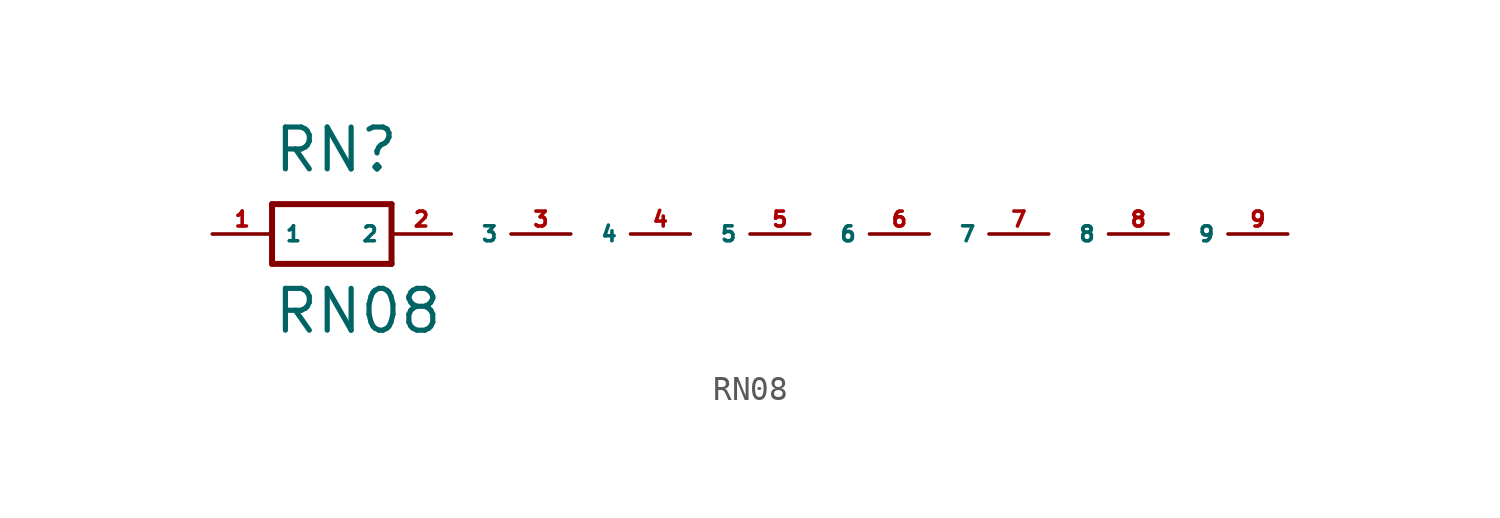
<source format=kicad_sym>
(kicad_symbol_lib
  (version 20220914)
  (generator Eagle2Kicad)
  (symbol "RN08"
    (property "Reference" "RN"
      (at -2.54 2.54 0)
      (effects (font (size 1.778 1.778) (thickness 0.22)) (justify left bottom)))
    (property "Value" "RN08"
      (at -2.54 -4.318 0)
      (effects (font (size 1.778 1.778) (thickness 0.22)) (justify left bottom)))
    (polyline
      (pts (xy -2.54 1.27) (xy -2.54 -1.27))
      (stroke (width 0.254) (type default))
      (fill (type none)))
    (polyline
      (pts (xy -2.54 -1.27) (xy 2.54 -1.27))
      (stroke (width 0.254) (type default))
      (fill (type none)))
    (polyline
      (pts (xy 2.54 -1.27) (xy 2.54 1.27))
      (stroke (width 0.254) (type default))
      (fill (type none)))
    (polyline
      (pts (xy 2.54 1.27) (xy -2.54 1.27))
      (stroke (width 0.254) (type default))
      (fill (type none)))
    (pin passive line
      (at -5.08 0 0)
      (length 2.54)
      (name "1" (effects (font (size 0.635 0.635) (thickness 0.08)) (justify left bottom)))
      (number "1" (effects (font (size 0.635 0.635) (thickness 0.08)) (justify left bottom))))
    (pin passive line
      (at 5.08 0 180)
      (length 2.54)
      (name "2" (effects (font (size 0.635 0.635) (thickness 0.08)) (justify left bottom)))
      (number "2" (effects (font (size 0.635 0.635) (thickness 0.08)) (justify left bottom))))
    (pin passive line
      (at 10.16 0 180)
      (length 2.54)
      (name "3" (effects (font (size 0.635 0.635) (thickness 0.08)) (justify left bottom)))
      (number "3" (effects (font (size 0.635 0.635) (thickness 0.08)) (justify left bottom))))
    (pin passive line
      (at 15.24 0 180)
      (length 2.54)
      (name "4" (effects (font (size 0.635 0.635) (thickness 0.08)) (justify left bottom)))
      (number "4" (effects (font (size 0.635 0.635) (thickness 0.08)) (justify left bottom))))
    (pin passive line
      (at 20.32 0 180)
      (length 2.54)
      (name "5" (effects (font (size 0.635 0.635) (thickness 0.08)) (justify left bottom)))
      (number "5" (effects (font (size 0.635 0.635) (thickness 0.08)) (justify left bottom))))
    (pin passive line
      (at 25.4 0 180)
      (length 2.54)
      (name "6" (effects (font (size 0.635 0.635) (thickness 0.08)) (justify left bottom)))
      (number "6" (effects (font (size 0.635 0.635) (thickness 0.08)) (justify left bottom))))
    (pin passive line
      (at 30.48 0 180)
      (length 2.54)
      (name "7" (effects (font (size 0.635 0.635) (thickness 0.08)) (justify left bottom)))
      (number "7" (effects (font (size 0.635 0.635) (thickness 0.08)) (justify left bottom))))
    (pin passive line
      (at 35.56 0 180)
      (length 2.54)
      (name "8" (effects (font (size 0.635 0.635) (thickness 0.08)) (justify left bottom)))
      (number "8" (effects (font (size 0.635 0.635) (thickness 0.08)) (justify left bottom))))
    (pin passive line
      (at 40.64 0 180)
      (length 2.54)
      (name "9" (effects (font (size 0.635 0.635) (thickness 0.08)) (justify left bottom)))
      (number "9" (effects (font (size 0.635 0.635) (thickness 0.08)) (justify left bottom))))))
</source>
